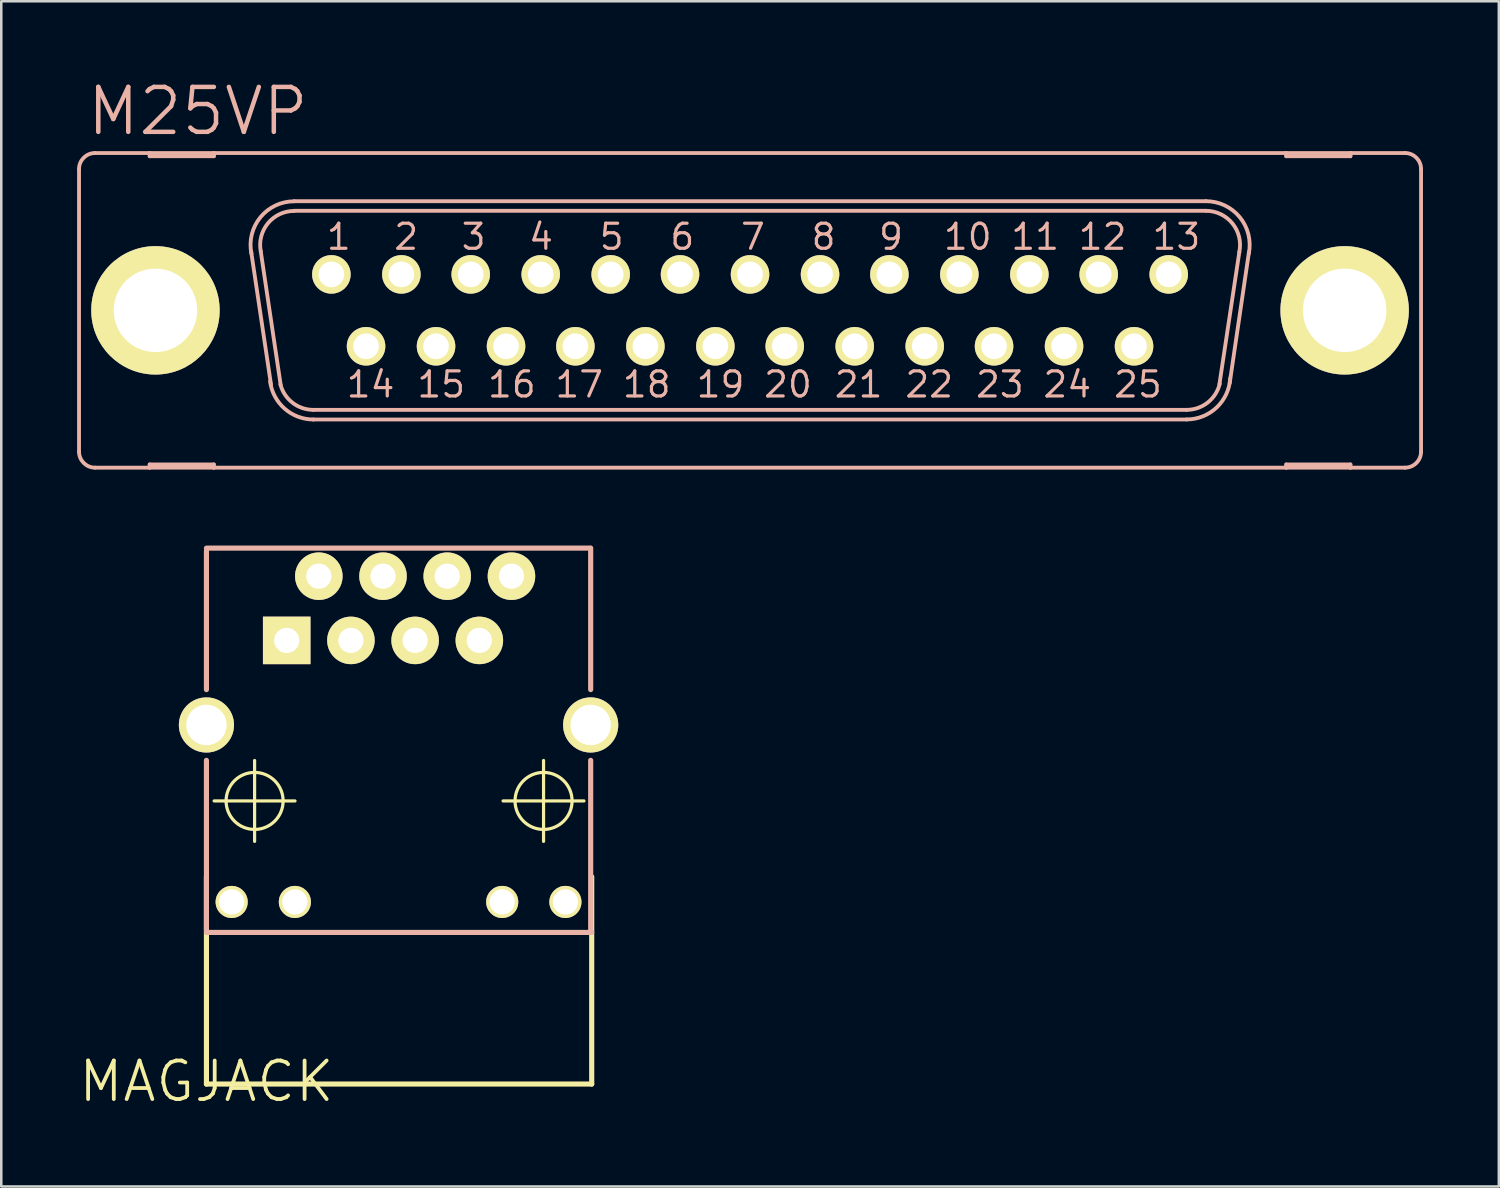
<source format=kicad_pcb>
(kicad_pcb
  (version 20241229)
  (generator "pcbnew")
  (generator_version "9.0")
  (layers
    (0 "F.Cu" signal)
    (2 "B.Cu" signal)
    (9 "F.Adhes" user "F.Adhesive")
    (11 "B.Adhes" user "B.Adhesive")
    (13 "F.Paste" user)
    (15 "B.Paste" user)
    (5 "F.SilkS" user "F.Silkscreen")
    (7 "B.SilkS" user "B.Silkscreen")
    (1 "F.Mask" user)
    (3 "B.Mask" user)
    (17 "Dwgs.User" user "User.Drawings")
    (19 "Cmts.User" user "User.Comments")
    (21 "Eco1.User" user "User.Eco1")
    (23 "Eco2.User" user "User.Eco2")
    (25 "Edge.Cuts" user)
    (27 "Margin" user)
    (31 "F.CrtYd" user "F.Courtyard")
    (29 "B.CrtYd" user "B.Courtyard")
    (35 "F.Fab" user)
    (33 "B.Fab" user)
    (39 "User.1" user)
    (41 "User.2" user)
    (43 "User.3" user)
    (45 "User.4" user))
  (footprint "MAGJACK"
    (layer "F.Cu")
    (at 5.116 39.727)
    (property "Reference" "MAGJACK" (at 0 0 0) (layer "F.SilkS") (effects (font (size 1.524 1.524) (thickness 0.15))))
    (attr exclude_from_pos_files exclude_from_bom)
    (fp_line (start 0 -8.095) (end 0 0.104) (stroke (width 0.203) (type solid)) (layer "F.SilkS"))
    (fp_line (start 0 0.104) (end 15.24 0.104) (stroke (width 0.203) (type solid)) (layer "F.SilkS"))
    (fp_line (start 0.305 -11.095) (end 3.503 -11.095) (stroke (width 0.127) (type solid)) (layer "F.SilkS"))
    (fp_line (start 1.905 -9.495) (end 1.905 -12.695) (stroke (width 0.127) (type solid)) (layer "F.SilkS"))
    (fp_line (start 11.735 -11.095) (end 14.933 -11.095) (stroke (width 0.127) (type solid)) (layer "F.SilkS"))
    (fp_line (start 13.335 -9.495) (end 13.335 -12.695) (stroke (width 0.127) (type solid)) (layer "F.SilkS"))
    (fp_line (start 15.24 0.104) (end 15.24 -8.095) (stroke (width 0.203) (type solid)) (layer "F.SilkS"))
    (fp_circle (center 1.905 -11.095) (end 2.703 -11.892) (stroke (width 0.127) (type solid)) (fill no) (layer "F.SilkS"))
    (fp_circle (center 13.335 -11.095) (end 14.133 -11.892) (stroke (width 0.127) (type solid)) (fill no) (layer "F.SilkS"))
    (fp_line (start 0 -21.095) (end 15.138 -21.095) (stroke (width 0.203) (type solid)) (layer "B.SilkS"))
    (fp_line (start 0 -20.998) (end 0 -15.499) (stroke (width 0.203) (type solid)) (layer "B.SilkS"))
    (fp_line (start 0 -5.999) (end 0 -12.7) (stroke (width 0.203) (type solid)) (layer "B.SilkS"))
    (fp_line (start 0 -5.893) (end 15.24 -5.893) (stroke (width 0.203) (type solid)) (layer "B.SilkS"))
    (fp_line (start 15.199 -21.1) (end 15.199 -15.499) (stroke (width 0.203) (type solid)) (layer "B.SilkS"))
    (fp_line (start 15.199 -5.898) (end 15.199 -12.7) (stroke (width 0.203) (type solid)) (layer "B.SilkS"))
    (pad "1" thru_hole rect (at 3.175 -17.445) (size 1.88 1.88) (drill 0.998) (layers "*.Cu" "F.Mask" "F.SilkS" "F.Paste"))
    (pad "2" thru_hole circle (at 4.445 -19.985) (size 1.88 1.88) (drill 0.998) (layers "*.Cu" "F.Mask" "F.SilkS" "F.Paste"))
    (pad "3" thru_hole circle (at 5.715 -17.445) (size 1.88 1.88) (drill 0.998) (layers "*.Cu" "F.Mask" "F.SilkS" "F.Paste"))
    (pad "4" thru_hole circle (at 6.985 -19.985) (size 1.88 1.88) (drill 0.998) (layers "*.Cu" "F.Mask" "F.SilkS" "F.Paste"))
    (pad "5" thru_hole circle (at 8.255 -17.445) (size 1.88 1.88) (drill 0.998) (layers "*.Cu" "F.Mask" "F.SilkS" "F.Paste"))
    (pad "6" thru_hole circle (at 9.525 -19.985) (size 1.88 1.88) (drill 0.998) (layers "*.Cu" "F.Mask" "F.SilkS" "F.Paste"))
    (pad "7" thru_hole circle (at 10.795 -17.445) (size 1.88 1.88) (drill 0.998) (layers "*.Cu" "F.Mask" "F.SilkS" "F.Paste"))
    (pad "8" thru_hole circle (at 12.065 -19.985) (size 1.88 1.88) (drill 0.998) (layers "*.Cu" "F.Mask" "F.SilkS" "F.Paste"))
    (pad "9" thru_hole circle (at 0.998 -7.099) (size 1.27 1.27) (drill 0.998) (layers "*.Cu" "F.Mask" "F.SilkS" "F.Paste"))
    (pad "10" thru_hole circle (at 3.498 -7.099) (size 1.27 1.27) (drill 0.998) (layers "*.Cu" "F.Mask" "F.SilkS" "F.Paste"))
    (pad "11" thru_hole circle (at 11.699 -7.099) (size 1.27 1.27) (drill 0.998) (layers "*.Cu" "F.Mask" "F.SilkS" "F.Paste"))
    (pad "12" thru_hole circle (at 14.199 -7.099) (size 1.27 1.27) (drill 0.998) (layers "*.Cu" "F.Mask" "F.SilkS" "F.Paste"))
    (pad "M1" thru_hole circle (at 0 -14.1) (size 2.182 2.182) (drill 1.598) (layers "*.Cu" "F.Mask" "F.SilkS" "F.Paste"))
    (pad "M2" thru_hole circle (at 15.199 -14.1) (size 2.182 2.182) (drill 1.598) (layers "*.Cu" "F.Mask" "F.SilkS" "F.Paste")))
  (footprint "M25VP"
    (layer "F.Cu")
    (at 26.619 9.226)
    (property "Reference" "M25VP" (at -21.844 -7.874 0) (layer "B.SilkS") (effects (font (size 1.778 1.778) (thickness 0.178))))
    (attr exclude_from_pos_files exclude_from_bom)
    (fp_circle (center -16.561 -1.422) (end -16.688 -1.549) (stroke (width 0.203) (type solid)) (fill no) (layer "F.SilkS"))
    (fp_circle (center -15.189 1.422) (end -15.316 1.549) (stroke (width 0.203) (type solid)) (fill no) (layer "F.SilkS"))
    (fp_circle (center -13.792 -1.422) (end -13.919 -1.549) (stroke (width 0.203) (type solid)) (fill no) (layer "F.SilkS"))
    (fp_circle (center -12.421 1.422) (end -12.548 1.549) (stroke (width 0.203) (type solid)) (fill no) (layer "F.SilkS"))
    (fp_circle (center -11.049 -1.422) (end -11.176 -1.549) (stroke (width 0.203) (type solid)) (fill no) (layer "F.SilkS"))
    (fp_circle (center -9.652 1.422) (end -9.779 1.549) (stroke (width 0.203) (type solid)) (fill no) (layer "F.SilkS"))
    (fp_circle (center -8.28 -1.422) (end -8.407 -1.549) (stroke (width 0.203) (type solid)) (fill no) (layer "F.SilkS"))
    (fp_circle (center -6.909 1.422) (end -7.036 1.549) (stroke (width 0.203) (type solid)) (fill no) (layer "F.SilkS"))
    (fp_circle (center -5.512 -1.422) (end -5.639 -1.549) (stroke (width 0.203) (type solid)) (fill no) (layer "F.SilkS"))
    (fp_circle (center -4.14 1.422) (end -4.267 1.549) (stroke (width 0.203) (type solid)) (fill no) (layer "F.SilkS"))
    (fp_circle (center -2.769 -1.422) (end -2.896 -1.549) (stroke (width 0.203) (type solid)) (fill no) (layer "F.SilkS"))
    (fp_circle (center -1.372 1.422) (end -1.499 1.549) (stroke (width 0.203) (type solid)) (fill no) (layer "F.SilkS"))
    (fp_circle (center 0 -1.422) (end -0.127 -1.549) (stroke (width 0.203) (type solid)) (fill no) (layer "F.SilkS"))
    (fp_circle (center 1.372 1.422) (end 1.499 1.549) (stroke (width 0.203) (type solid)) (fill no) (layer "F.SilkS"))
    (fp_circle (center 2.769 -1.422) (end 2.896 -1.549) (stroke (width 0.203) (type solid)) (fill no) (layer "F.SilkS"))
    (fp_circle (center 4.14 1.422) (end 4.267 1.549) (stroke (width 0.203) (type solid)) (fill no) (layer "F.SilkS"))
    (fp_circle (center 5.512 -1.422) (end 5.639 -1.549) (stroke (width 0.203) (type solid)) (fill no) (layer "F.SilkS"))
    (fp_circle (center 6.909 1.422) (end 7.036 1.549) (stroke (width 0.203) (type solid)) (fill no) (layer "F.SilkS"))
    (fp_circle (center 8.28 -1.422) (end 8.407 -1.549) (stroke (width 0.203) (type solid)) (fill no) (layer "F.SilkS"))
    (fp_circle (center 9.652 1.422) (end 9.779 1.549) (stroke (width 0.203) (type solid)) (fill no) (layer "F.SilkS"))
    (fp_circle (center 11.049 -1.422) (end 11.176 -1.549) (stroke (width 0.203) (type solid)) (fill no) (layer "F.SilkS"))
    (fp_circle (center 12.421 1.422) (end 12.548 1.549) (stroke (width 0.203) (type solid)) (fill no) (layer "F.SilkS"))
    (fp_circle (center 13.792 -1.422) (end 13.919 -1.549) (stroke (width 0.203) (type solid)) (fill no) (layer "F.SilkS"))
    (fp_circle (center 15.189 1.422) (end 15.316 1.549) (stroke (width 0.203) (type solid)) (fill no) (layer "F.SilkS"))
    (fp_circle (center 16.561 -1.422) (end 16.688 -1.549) (stroke (width 0.203) (type solid)) (fill no) (layer "F.SilkS"))
    (fp_line (start -26.543 -5.588) (end -26.543 5.588) (stroke (width 0.152) (type solid)) (layer "B.SilkS"))
    (fp_line (start -25.908 6.223) (end -23.749 6.223) (stroke (width 0.152) (type solid)) (layer "B.SilkS"))
    (fp_line (start -23.749 -6.223) (end -25.908 -6.223) (stroke (width 0.152) (type solid)) (layer "B.SilkS"))
    (fp_line (start -23.749 -6.223) (end -23.749 -6.096) (stroke (width 0.152) (type solid)) (layer "B.SilkS"))
    (fp_line (start -23.749 -6.096) (end -21.209 -6.096) (stroke (width 0.152) (type solid)) (layer "B.SilkS"))
    (fp_line (start -23.749 6.096) (end -21.209 6.096) (stroke (width 0.152) (type solid)) (layer "B.SilkS"))
    (fp_line (start -23.749 6.223) (end -23.749 6.096) (stroke (width 0.152) (type solid)) (layer "B.SilkS"))
    (fp_line (start -23.749 6.223) (end -21.209 6.223) (stroke (width 0.152) (type solid)) (layer "B.SilkS"))
    (fp_line (start -21.209 -6.223) (end -23.749 -6.223) (stroke (width 0.152) (type solid)) (layer "B.SilkS"))
    (fp_line (start -21.209 -6.096) (end -21.209 -6.223) (stroke (width 0.152) (type solid)) (layer "B.SilkS"))
    (fp_line (start -21.209 6.096) (end -21.209 6.223) (stroke (width 0.152) (type solid)) (layer "B.SilkS"))
    (fp_line (start -21.209 6.223) (end 21.209 6.223) (stroke (width 0.152) (type solid)) (layer "B.SilkS"))
    (fp_line (start -18.948 2.946) (end -19.736 -2.337) (stroke (width 0.152) (type solid)) (layer "B.SilkS"))
    (fp_line (start -18.567 2.946) (end -19.355 -2.337) (stroke (width 0.152) (type solid)) (layer "B.SilkS"))
    (fp_line (start -18.034 -4.318) (end 18.034 -4.318) (stroke (width 0.152) (type solid)) (layer "B.SilkS"))
    (fp_line (start -18.034 -3.937) (end 18.034 -3.937) (stroke (width 0.152) (type solid)) (layer "B.SilkS"))
    (fp_line (start -17.272 3.937) (end 17.272 3.937) (stroke (width 0.152) (type solid)) (layer "B.SilkS"))
    (fp_line (start -17.272 4.318) (end 17.272 4.318) (stroke (width 0.152) (type solid)) (layer "B.SilkS"))
    (fp_line (start 19.355 -2.311) (end 18.567 2.921) (stroke (width 0.152) (type solid)) (layer "B.SilkS"))
    (fp_line (start 19.736 -2.311) (end 18.974 2.87) (stroke (width 0.152) (type solid)) (layer "B.SilkS"))
    (fp_line (start 21.209 -6.223) (end -21.209 -6.223) (stroke (width 0.152) (type solid)) (layer "B.SilkS"))
    (fp_line (start 21.209 -6.223) (end 21.209 -6.096) (stroke (width 0.152) (type solid)) (layer "B.SilkS"))
    (fp_line (start 21.209 -6.096) (end 23.749 -6.096) (stroke (width 0.152) (type solid)) (layer "B.SilkS"))
    (fp_line (start 21.209 6.096) (end 23.749 6.096) (stroke (width 0.152) (type solid)) (layer "B.SilkS"))
    (fp_line (start 21.209 6.223) (end 21.209 6.096) (stroke (width 0.152) (type solid)) (layer "B.SilkS"))
    (fp_line (start 21.209 6.223) (end 23.749 6.223) (stroke (width 0.152) (type solid)) (layer "B.SilkS"))
    (fp_line (start 23.749 -6.223) (end 21.209 -6.223) (stroke (width 0.152) (type solid)) (layer "B.SilkS"))
    (fp_line (start 23.749 -6.096) (end 23.749 -6.223) (stroke (width 0.152) (type solid)) (layer "B.SilkS"))
    (fp_line (start 23.749 6.096) (end 23.749 6.223) (stroke (width 0.152) (type solid)) (layer "B.SilkS"))
    (fp_line (start 23.749 6.223) (end 25.908 6.223) (stroke (width 0.152) (type solid)) (layer "B.SilkS"))
    (fp_line (start 25.908 -6.223) (end 23.749 -6.223) (stroke (width 0.152) (type solid)) (layer "B.SilkS"))
    (fp_line (start 26.543 -5.588) (end 26.543 5.588) (stroke (width 0.152) (type solid)) (layer "B.SilkS"))
    (fp_arc (start -26.543 -5.588) (mid -26.357013 -6.037013) (end -25.908 -6.223) (stroke (width 0.1524) (type solid)) (layer "B.SilkS"))
    (fp_arc (start -25.908 6.223) (mid -26.357013 6.037013) (end -26.543 5.588) (stroke (width 0.1524) (type solid)) (layer "B.SilkS"))
    (fp_arc (start -19.72564 -2.25044) (mid -19.367826 -3.682187) (end -18.033801 -4.313302) (stroke (width 0.1524) (type solid)) (layer "B.SilkS"))
    (fp_arc (start -19.35226 -2.32664) (mid -19.072158 -3.441772) (end -18.03224 -3.932229) (stroke (width 0.1524) (type solid)) (layer "B.SilkS"))
    (fp_arc (start -17.272 3.937) (mid -18.096791 3.655415) (end -18.577188 2.928236) (stroke (width 0.1524) (type solid)) (layer "B.SilkS"))
    (fp_arc (start -17.272 4.318) (mid -18.410733 3.888069) (end -18.984341 2.814511) (stroke (width 0.1524) (type solid)) (layer "B.SilkS"))
    (fp_arc (start 18.034 -4.318) (mid 19.370628 -3.686179) (end 19.730797 -2.252285) (stroke (width 0.1524) (type solid)) (layer "B.SilkS"))
    (fp_arc (start 18.034 -3.937) (mid 19.083648 -3.435219) (end 19.35228 -2.303238) (stroke (width 0.1524) (type solid)) (layer "B.SilkS"))
    (fp_arc (start 18.5801 2.90322) (mid 18.104662 3.646284) (end 17.271518 3.936211) (stroke (width 0.1524) (type solid)) (layer "B.SilkS"))
    (fp_arc (start 18.99412 2.68478) (mid 18.456237 3.843381) (end 17.269364 4.315619) (stroke (width 0.1524) (type solid)) (layer "B.SilkS"))
    (fp_arc (start 25.908 -6.223) (mid 26.357013 -6.037013) (end 26.543 -5.588) (stroke (width 0.1524) (type solid)) (layer "B.SilkS"))
    (fp_arc (start 26.543 5.588) (mid 26.357013 6.037013) (end 25.908 6.223) (stroke (width 0.1524) (type solid)) (layer "B.SilkS"))
    (fp_circle (center -23.52 0.025) (end -24.346 0.851) (stroke (width 0.076) (type solid)) (fill no) (layer "B.SilkS"))
    (fp_circle (center 23.52 0) (end 24.346 0.826) (stroke (width 0.076) (type solid)) (fill no) (layer "B.SilkS"))
    (fp_text user "15" (at -12.217 2.934 0) (layer "B.SilkS") (effects (font (size 0.991 0.991) (thickness 0.127))))
    (fp_text user "9" (at 5.575 -2.908 0) (layer "B.SilkS") (effects (font (size 0.991 0.991) (thickness 0.127))))
    (fp_text user "1" (at -16.269 -2.908 0) (layer "B.SilkS") (effects (font (size 0.991 0.991) (thickness 0.127))))
    (fp_text user "5" (at -5.474 -2.908 0) (layer "B.SilkS") (effects (font (size 0.991 0.991) (thickness 0.127))))
    (fp_text user "7" (at 0.114 -2.908 0) (layer "B.SilkS") (effects (font (size 0.991 0.991) (thickness 0.127))))
    (fp_text user "23" (at 9.881 2.934 0) (layer "B.SilkS") (effects (font (size 0.991 0.991) (thickness 0.127))))
    (fp_text user "24" (at 12.548 2.934 0) (layer "B.SilkS") (effects (font (size 0.991 0.991) (thickness 0.127))))
    (fp_text user "21" (at 4.293 2.934 0) (layer "B.SilkS") (effects (font (size 0.991 0.991) (thickness 0.127))))
    (fp_text user "14" (at -15.011 2.934 0) (layer "B.SilkS") (effects (font (size 0.991 0.991) (thickness 0.127))))
    (fp_text user "10" (at 8.611 -2.908 0) (layer "B.SilkS") (effects (font (size 0.991 0.991) (thickness 0.127))))
    (fp_text user "6" (at -2.68 -2.908 0) (layer "B.SilkS") (effects (font (size 0.991 0.991) (thickness 0.127))))
    (fp_text user "13" (at 16.866 -2.908 0) (layer "B.SilkS") (effects (font (size 0.991 0.991) (thickness 0.127))))
    (fp_text user "18" (at -4.089 2.934 0) (layer "B.SilkS") (effects (font (size 0.991 0.991) (thickness 0.127))))
    (fp_text user "22" (at 7.087 2.934 0) (layer "B.SilkS") (effects (font (size 0.991 0.991) (thickness 0.127))))
    (fp_text user "19" (at -1.168 2.934 0) (layer "B.SilkS") (effects (font (size 0.991 0.991) (thickness 0.127))))
    (fp_text user "8" (at 2.908 -2.908 0) (layer "B.SilkS") (effects (font (size 0.991 0.991) (thickness 0.127))))
    (fp_text user "20" (at 1.499 2.934 0) (layer "B.SilkS") (effects (font (size 0.991 0.991) (thickness 0.127))))
    (fp_text user "3" (at -10.935 -2.908 0) (layer "B.SilkS") (effects (font (size 0.991 0.991) (thickness 0.127))))
    (fp_text user "12" (at 13.945 -2.908 0) (layer "B.SilkS") (effects (font (size 0.991 0.991) (thickness 0.127))))
    (fp_text user "2" (at -13.602 -2.908 0) (layer "B.SilkS") (effects (font (size 0.991 0.991) (thickness 0.127))))
    (fp_text user "25" (at 15.342 2.934 0) (layer "B.SilkS") (effects (font (size 0.991 0.991) (thickness 0.127))))
    (fp_text user "11" (at 11.278 -2.908 0) (layer "B.SilkS") (effects (font (size 0.991 0.991) (thickness 0.127))))
    (fp_text user "4" (at -8.268 -2.908 0) (layer "B.SilkS") (effects (font (size 0.991 0.991) (thickness 0.127))))
    (fp_text user "17" (at -6.756 2.934 0) (layer "B.SilkS") (effects (font (size 0.991 0.991) (thickness 0.127))))
    (fp_text user "16" (at -9.423 2.934 0) (layer "B.SilkS") (effects (font (size 0.991 0.991) (thickness 0.127))))
    (pad "1" thru_hole circle (at -16.561 -1.422) (size 1.524 1.524) (drill 1.016) (layers "*.Cu" "F.Mask" "F.SilkS" "F.Paste"))
    (pad "2" thru_hole circle (at -13.792 -1.422) (size 1.524 1.524) (drill 1.016) (layers "*.Cu" "F.Mask" "F.SilkS" "F.Paste"))
    (pad "3" thru_hole circle (at -11.049 -1.422) (size 1.524 1.524) (drill 1.016) (layers "*.Cu" "F.Mask" "F.SilkS" "F.Paste"))
    (pad "4" thru_hole circle (at -8.28 -1.422) (size 1.524 1.524) (drill 1.016) (layers "*.Cu" "F.Mask" "F.SilkS" "F.Paste"))
    (pad "5" thru_hole circle (at -5.512 -1.422) (size 1.524 1.524) (drill 1.016) (layers "*.Cu" "F.Mask" "F.SilkS" "F.Paste"))
    (pad "6" thru_hole circle (at -2.769 -1.422) (size 1.524 1.524) (drill 1.016) (layers "*.Cu" "F.Mask" "F.SilkS" "F.Paste"))
    (pad "7" thru_hole circle (at 0 -1.422) (size 1.524 1.524) (drill 1.016) (layers "*.Cu" "F.Mask" "F.SilkS" "F.Paste"))
    (pad "8" thru_hole circle (at 2.769 -1.422) (size 1.524 1.524) (drill 1.016) (layers "*.Cu" "F.Mask" "F.SilkS" "F.Paste"))
    (pad "9" thru_hole circle (at 5.512 -1.422) (size 1.524 1.524) (drill 1.016) (layers "*.Cu" "F.Mask" "F.SilkS" "F.Paste"))
    (pad "10" thru_hole circle (at 8.28 -1.422) (size 1.524 1.524) (drill 1.016) (layers "*.Cu" "F.Mask" "F.SilkS" "F.Paste"))
    (pad "11" thru_hole circle (at 11.049 -1.422) (size 1.524 1.524) (drill 1.016) (layers "*.Cu" "F.Mask" "F.SilkS" "F.Paste"))
    (pad "12" thru_hole circle (at 13.792 -1.422) (size 1.524 1.524) (drill 1.016) (layers "*.Cu" "F.Mask" "F.SilkS" "F.Paste"))
    (pad "13" thru_hole circle (at 16.561 -1.422) (size 1.524 1.524) (drill 1.016) (layers "*.Cu" "F.Mask" "F.SilkS" "F.Paste"))
    (pad "14" thru_hole circle (at -15.189 1.422) (size 1.524 1.524) (drill 1.016) (layers "*.Cu" "F.Mask" "F.SilkS" "F.Paste"))
    (pad "15" thru_hole circle (at -12.421 1.422) (size 1.524 1.524) (drill 1.016) (layers "*.Cu" "F.Mask" "F.SilkS" "F.Paste"))
    (pad "16" thru_hole circle (at -9.652 1.422) (size 1.524 1.524) (drill 1.016) (layers "*.Cu" "F.Mask" "F.SilkS" "F.Paste"))
    (pad "17" thru_hole circle (at -6.909 1.422) (size 1.524 1.524) (drill 1.016) (layers "*.Cu" "F.Mask" "F.SilkS" "F.Paste"))
    (pad "18" thru_hole circle (at -4.14 1.422) (size 1.524 1.524) (drill 1.016) (layers "*.Cu" "F.Mask" "F.SilkS" "F.Paste"))
    (pad "19" thru_hole circle (at -1.372 1.422) (size 1.524 1.524) (drill 1.016) (layers "*.Cu" "F.Mask" "F.SilkS" "F.Paste"))
    (pad "20" thru_hole circle (at 1.372 1.422) (size 1.524 1.524) (drill 1.016) (layers "*.Cu" "F.Mask" "F.SilkS" "F.Paste"))
    (pad "21" thru_hole circle (at 4.14 1.422) (size 1.524 1.524) (drill 1.016) (layers "*.Cu" "F.Mask" "F.SilkS" "F.Paste"))
    (pad "22" thru_hole circle (at 6.909 1.422) (size 1.524 1.524) (drill 1.016) (layers "*.Cu" "F.Mask" "F.SilkS" "F.Paste"))
    (pad "23" thru_hole circle (at 9.652 1.422) (size 1.524 1.524) (drill 1.016) (layers "*.Cu" "F.Mask" "F.SilkS" "F.Paste"))
    (pad "24" thru_hole circle (at 12.421 1.422) (size 1.524 1.524) (drill 1.016) (layers "*.Cu" "F.Mask" "F.SilkS" "F.Paste"))
    (pad "25" thru_hole circle (at 15.189 1.422) (size 1.524 1.524) (drill 1.016) (layers "*.Cu" "F.Mask" "F.SilkS" "F.Paste"))
    (pad "G1" thru_hole circle (at -23.52 0) (size 5.08 5.08) (drill 3.302) (layers "*.Cu" "F.Mask" "F.SilkS" "F.Paste"))
    (pad "G2" thru_hole circle (at 23.52 0) (size 5.08 5.08) (drill 3.302) (layers "*.Cu" "F.Mask" "F.SilkS" "F.Paste")))
  (gr_rect
    (start -3 -3)
    (end 56.238 43.882)
    (stroke (width 0.1) (type default))
    (fill no)
    (layer "Edge.Cuts")))
</source>
